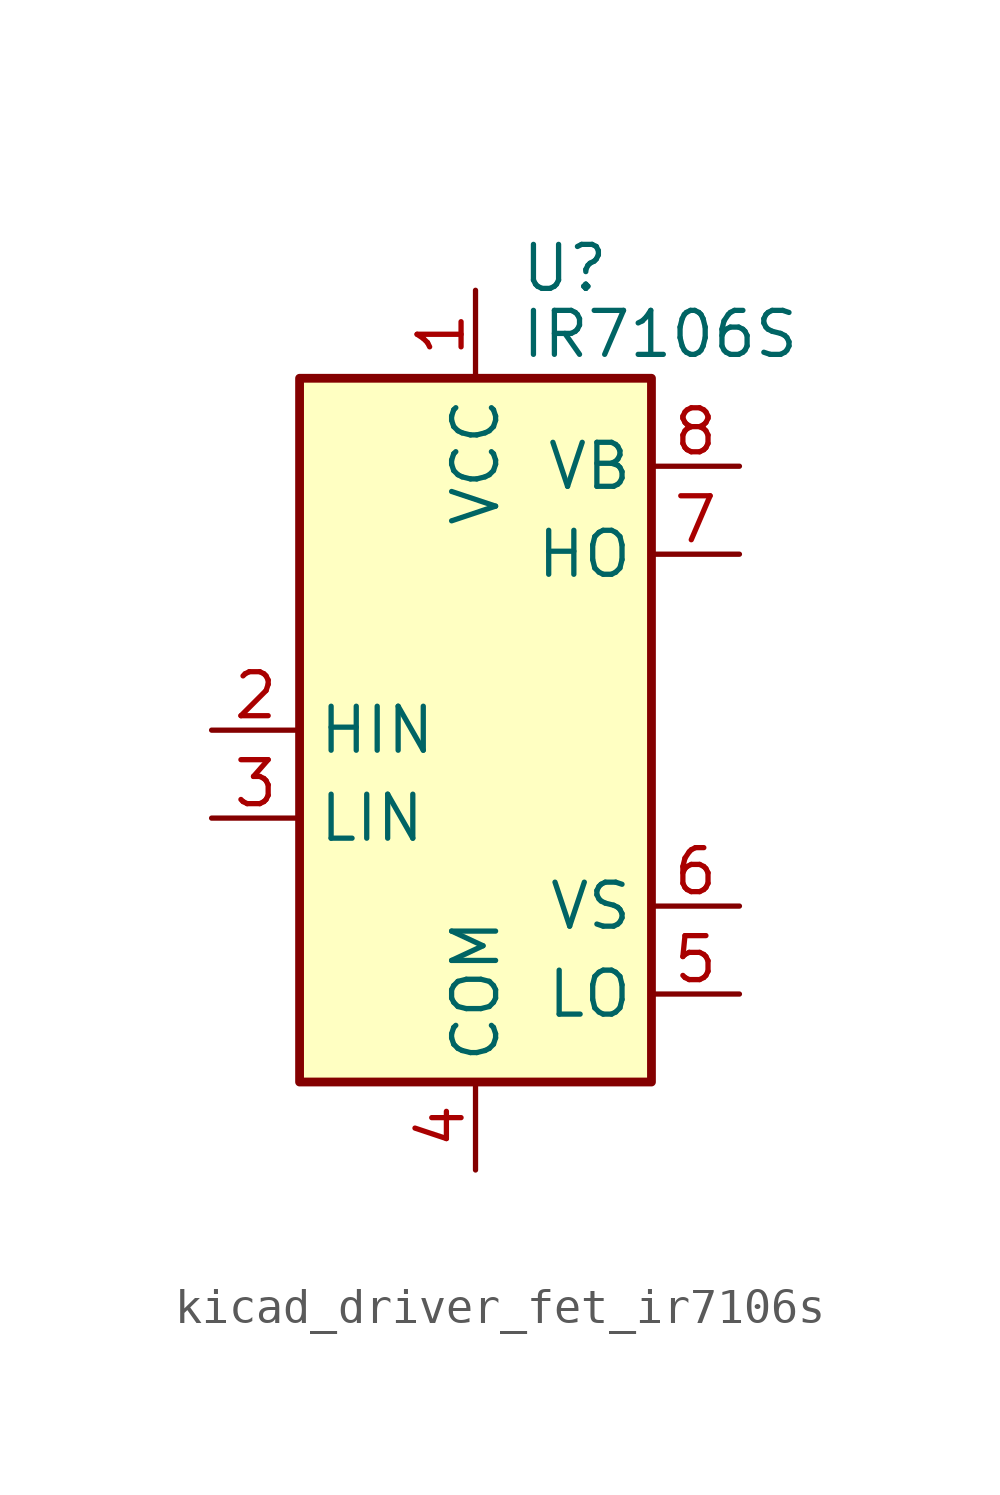
<source format=kicad_sym>
(kicad_symbol_lib
  (version 20220914)
  (generator kicad_symbol_editor)
  (symbol "kicad_driver_fet_ir7106s"
    (property "Reference" "U"
      (at 1.27 13.335 0)
      (effects (font (size 1.27 1.27)) (justify left)))
    (property "Value" "IR7106S"
      (at 1.27 11.43 0)
      (effects (font (size 1.27 1.27)) (justify left)))
    (symbol "kicad_driver_fet_ir7106s_0_1"
      (rectangle (start -5.08 -10.16) (end 5.08 10.16) (stroke (width 0.254) (type default)) (fill (type background))))
    (symbol "kicad_driver_fet_ir7106s_1_1"
      (pin power_in line (at 0 12.7 270) (length 2.54) (name "VCC" (effects (font (size 1.27 1.27)))) (number "1" (effects (font (size 1.27 1.27)))))
      (pin input line (at -7.62 0 0) (length 2.54) (name "HIN" (effects (font (size 1.27 1.27)))) (number "2" (effects (font (size 1.27 1.27)))))
      (pin input line (at -7.62 -2.54 0) (length 2.54) (name "LIN" (effects (font (size 1.27 1.27)))) (number "3" (effects (font (size 1.27 1.27)))))
      (pin power_in line (at 0 -12.7 90) (length 2.54) (name "COM" (effects (font (size 1.27 1.27)))) (number "4" (effects (font (size 1.27 1.27)))))
      (pin output line (at 7.62 -7.62 180) (length 2.54) (name "LO" (effects (font (size 1.27 1.27)))) (number "5" (effects (font (size 1.27 1.27)))))
      (pin passive line (at 7.62 -5.08 180) (length 2.54) (name "VS" (effects (font (size 1.27 1.27)))) (number "6" (effects (font (size 1.27 1.27)))))
      (pin output line (at 7.62 5.08 180) (length 2.54) (name "HO" (effects (font (size 1.27 1.27)))) (number "7" (effects (font (size 1.27 1.27)))))
      (pin passive line (at 7.62 7.62 180) (length 2.54) (name "VB" (effects (font (size 1.27 1.27)))) (number "8" (effects (font (size 1.27 1.27))))))))
</source>
